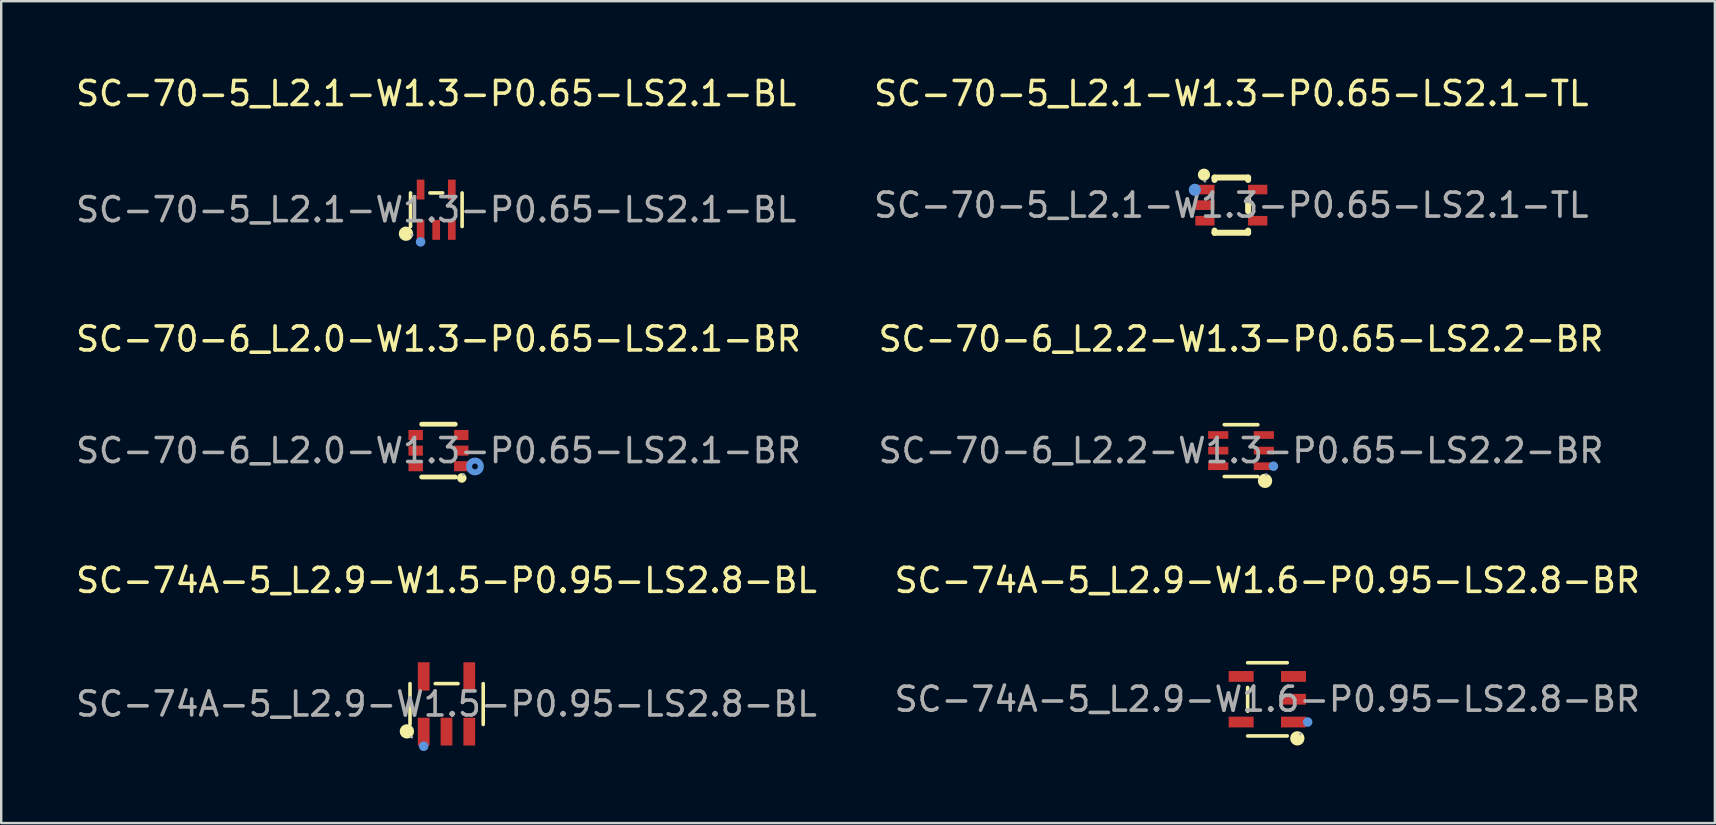
<source format=kicad_pcb>
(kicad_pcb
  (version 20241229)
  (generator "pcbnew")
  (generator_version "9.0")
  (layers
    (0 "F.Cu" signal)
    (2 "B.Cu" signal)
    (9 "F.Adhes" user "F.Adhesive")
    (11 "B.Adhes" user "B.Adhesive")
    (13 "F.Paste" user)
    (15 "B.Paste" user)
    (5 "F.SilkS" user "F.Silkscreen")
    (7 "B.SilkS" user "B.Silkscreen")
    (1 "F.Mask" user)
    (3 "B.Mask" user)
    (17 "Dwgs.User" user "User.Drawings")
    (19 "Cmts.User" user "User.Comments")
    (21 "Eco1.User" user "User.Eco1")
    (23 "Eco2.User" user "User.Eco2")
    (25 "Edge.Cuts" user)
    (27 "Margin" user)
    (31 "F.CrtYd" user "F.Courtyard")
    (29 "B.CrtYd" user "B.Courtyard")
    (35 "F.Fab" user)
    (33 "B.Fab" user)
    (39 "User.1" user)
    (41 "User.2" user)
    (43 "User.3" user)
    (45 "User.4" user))
  (footprint "SC-70-6_L2.2-W1.3-P0.65-LS2.2-BR"
    (layer "F.Cu")
    (at 48.661 15.726)
    (property "Reference" "SC-70-6_L2.2-W1.3-P0.65-LS2.2-BR" (at 0 -4.65 0) (layer "F.SilkS") (effects (font (size 1 1) (thickness 0.15))))
    (attr through_hole)
    (fp_line (start 0.7 -1.08) (end -0.7 -1.08) (stroke (width 0.15) (type solid)) (layer "F.SilkS"))
    (fp_line (start 0.7 1.08) (end -0.7 1.08) (stroke (width 0.15) (type solid)) (layer "F.SilkS"))
    (fp_circle (center 1 1.26) (end 1.15 1.26) (stroke (width 0.3) (type solid)) (fill no) (layer "F.SilkS"))
    (fp_circle (center 1.35 0.65) (end 1.45 0.65) (stroke (width 0.2) (type solid)) (fill no) (layer "Cmts.User"))
    (fp_circle (center 1.05 1) (end 1.08 1) (stroke (width 0.06) (type solid)) (fill no) (layer "F.Fab"))
    (fp_text user "${REFERENCE}" (at 0 0 0) (layer "F.Fab") (effects (font (size 1 1) (thickness 0.15))))
    (pad "1" smd rect (at 0.95 0.65) (size 0.84 0.32) (layers "F.Cu" "F.Mask" "F.Paste"))
    (pad "2" smd rect (at 0.95 0) (size 0.84 0.32) (layers "F.Cu" "F.Mask" "F.Paste"))
    (pad "3" smd rect (at 0.95 -0.65) (size 0.84 0.32) (layers "F.Cu" "F.Mask" "F.Paste"))
    (pad "4" smd rect (at -0.95 -0.65) (size 0.84 0.32) (layers "F.Cu" "F.Mask" "F.Paste"))
    (pad "5" smd rect (at -0.95 0) (size 0.84 0.32) (layers "F.Cu" "F.Mask" "F.Paste"))
    (pad "6" smd rect (at -0.95 0.65) (size 0.84 0.32) (layers "F.Cu" "F.Mask" "F.Paste")))
  (footprint "SC-70-5_L2.1-W1.3-P0.65-LS2.1-TL"
    (layer "F.Cu")
    (at 48.256 5.498)
    (property "Reference" "SC-70-5_L2.1-W1.3-P0.65-LS2.1-TL" (at 0 -4.65 0) (layer "F.SilkS") (effects (font (size 1 1) (thickness 0.15))))
    (attr through_hole)
    (fp_line (start -0.7 -1.15) (end -0.7 -1.05) (stroke (width 0.25) (type solid)) (layer "F.SilkS"))
    (fp_line (start -0.7 1.06) (end -0.7 1.15) (stroke (width 0.25) (type solid)) (layer "F.SilkS"))
    (fp_line (start 0.7 -1.15) (end -0.7 -1.15) (stroke (width 0.25) (type solid)) (layer "F.SilkS"))
    (fp_line (start 0.7 -1.15) (end 0.7 -1.05) (stroke (width 0.25) (type solid)) (layer "F.SilkS"))
    (fp_line (start 0.7 -0.24) (end 0.7 0.25) (stroke (width 0.25) (type solid)) (layer "F.SilkS"))
    (fp_line (start 0.7 1.06) (end 0.7 1.15) (stroke (width 0.25) (type solid)) (layer "F.SilkS"))
    (fp_line (start 0.7 1.15) (end -0.7 1.15) (stroke (width 0.25) (type solid)) (layer "F.SilkS"))
    (fp_circle (center -1.14 -1.27) (end -1.01 -1.27) (stroke (width 0.25) (type solid)) (fill no) (layer "F.SilkS"))
    (fp_circle (center -1.52 -0.64) (end -1.39 -0.64) (stroke (width 0.25) (type solid)) (fill no) (layer "Cmts.User"))
    (fp_circle (center -1.1 -1) (end -1.07 -1) (stroke (width 0.06) (type solid)) (fill no) (layer "F.Fab"))
    (fp_text user "${REFERENCE}" (at 0 0 0) (layer "F.Fab") (effects (font (size 1 1) (thickness 0.15))))
    (pad "1" smd rect (at -1.1 -0.65 270) (size 0.4 0.8) (layers "F.Cu" "F.Mask" "F.Paste"))
    (pad "2" smd rect (at -1.1 0 270) (size 0.4 0.8) (layers "F.Cu" "F.Mask" "F.Paste"))
    (pad "3" smd rect (at -1.1 0.65 270) (size 0.4 0.8) (layers "F.Cu" "F.Mask" "F.Paste"))
    (pad "4" smd rect (at 1.1 0.65 270) (size 0.4 0.8) (layers "F.Cu" "F.Mask" "F.Paste"))
    (pad "5" smd rect (at 1.1 -0.65 270) (size 0.4 0.8) (layers "F.Cu" "F.Mask" "F.Paste")))
  (footprint "SC-74A-5_L2.9-W1.6-P0.95-LS2.8-BR"
    (layer "F.Cu")
    (at 49.756 26.085)
    (property "Reference" "SC-74A-5_L2.9-W1.6-P0.95-LS2.8-BR" (at 0 -4.95 0) (layer "F.SilkS") (effects (font (size 1 1) (thickness 0.15))))
    (attr through_hole)
    (fp_line (start -0.82 -0.49) (end -0.82 0.5) (stroke (width 0.15) (type solid)) (layer "F.SilkS"))
    (fp_line (start 0.83 -1.52) (end -0.82 -1.52) (stroke (width 0.15) (type solid)) (layer "F.SilkS"))
    (fp_line (start 0.83 1.53) (end -0.82 1.53) (stroke (width 0.15) (type solid)) (layer "F.SilkS"))
    (fp_circle (center 1.25 1.63) (end 1.4 1.63) (stroke (width 0.3) (type solid)) (fill no) (layer "F.SilkS"))
    (fp_circle (center 1.68 0.95) (end 1.78 0.95) (stroke (width 0.2) (type solid)) (fill no) (layer "Cmts.User"))
    (fp_circle (center 1.37 1.45) (end 1.4 1.45) (stroke (width 0.06) (type solid)) (fill no) (layer "F.Fab"))
    (fp_text user "${REFERENCE}" (at 0 0 0) (layer "F.Fab") (effects (font (size 1 1) (thickness 0.15))))
    (pad "1" smd rect (at 1.09 0.95 270) (size 0.45 1.04) (layers "F.Cu" "F.Mask" "F.Paste"))
    (pad "2" smd rect (at 1.09 0 270) (size 0.45 1.04) (layers "F.Cu" "F.Mask" "F.Paste"))
    (pad "3" smd rect (at 1.09 -0.95 270) (size 0.45 1.04) (layers "F.Cu" "F.Mask" "F.Paste"))
    (pad "4" smd rect (at -1.09 -0.95 270) (size 0.45 1.04) (layers "F.Cu" "F.Mask" "F.Paste"))
    (pad "5" smd rect (at -1.09 0.95 270) (size 0.45 1.04) (layers "F.Cu" "F.Mask" "F.Paste")))
  (footprint "SC-70-5_L2.1-W1.3-P0.65-LS2.1-BL"
    (layer "F.Cu")
    (at 15.125 5.688)
    (property "Reference" "SC-70-5_L2.1-W1.3-P0.65-LS2.1-BL" (at 0 -4.84 0) (layer "F.SilkS") (effects (font (size 1 1) (thickness 0.15))))
    (attr through_hole)
    (fp_line (start -1.07 0.7) (end -1.07 -0.7) (stroke (width 0.15) (type solid)) (layer "F.SilkS"))
    (fp_line (start 0.27 -0.7) (end -0.26 -0.7) (stroke (width 0.15) (type solid)) (layer "F.SilkS"))
    (fp_line (start 1.08 0.7) (end 1.08 -0.7) (stroke (width 0.15) (type solid)) (layer "F.SilkS"))
    (fp_circle (center -1.26 1) (end -1.11 1) (stroke (width 0.3) (type solid)) (fill no) (layer "F.SilkS"))
    (fp_circle (center -0.65 1.34) (end -0.55 1.34) (stroke (width 0.2) (type solid)) (fill no) (layer "Cmts.User"))
    (fp_circle (center -1 1.05) (end -0.97 1.05) (stroke (width 0.06) (type solid)) (fill no) (layer "F.Fab"))
    (fp_text user "${REFERENCE}" (at 0 0 0) (layer "F.Fab") (effects (font (size 1 1) (thickness 0.15))))
    (pad "1" smd rect (at -0.65 0.84) (size 0.32 0.83) (layers "F.Cu" "F.Mask" "F.Paste"))
    (pad "2" smd rect (at 0 0.84) (size 0.32 0.83) (layers "F.Cu" "F.Mask" "F.Paste"))
    (pad "3" smd rect (at 0.65 0.84) (size 0.32 0.83) (layers "F.Cu" "F.Mask" "F.Paste"))
    (pad "4" smd rect (at 0.65 -0.84) (size 0.32 0.83) (layers "F.Cu" "F.Mask" "F.Paste"))
    (pad "5" smd rect (at -0.65 -0.84) (size 0.32 0.83) (layers "F.Cu" "F.Mask" "F.Paste")))
  (footprint "SC-74A-5_L2.9-W1.5-P0.95-LS2.8-BL"
    (layer "F.Cu")
    (at 15.554 26.285)
    (property "Reference" "SC-74A-5_L2.9-W1.5-P0.95-LS2.8-BL" (at 0 -5.15 0) (layer "F.SilkS") (effects (font (size 1 1) (thickness 0.15))))
    (attr through_hole)
    (fp_line (start -1.52 0.85) (end -1.52 -0.85) (stroke (width 0.15) (type solid)) (layer "F.SilkS"))
    (fp_line (start 0.48 -0.85) (end -0.47 -0.85) (stroke (width 0.15) (type solid)) (layer "F.SilkS"))
    (fp_line (start 1.53 0.85) (end 1.53 -0.85) (stroke (width 0.15) (type solid)) (layer "F.SilkS"))
    (fp_circle (center -1.65 1.14) (end -1.5 1.14) (stroke (width 0.3) (type solid)) (fill no) (layer "F.SilkS"))
    (fp_circle (center -0.95 1.76) (end -0.85 1.76) (stroke (width 0.2) (type solid)) (fill no) (layer "Cmts.User"))
    (fp_circle (center -1.45 1.38) (end -1.42 1.38) (stroke (width 0.06) (type solid)) (fill no) (layer "F.Fab"))
    (fp_text user "${REFERENCE}" (at 0 0 0) (layer "F.Fab") (effects (font (size 1 1) (thickness 0.15))))
    (pad "1" smd rect (at -0.95 1.15) (size 0.49 1.16) (layers "F.Cu" "F.Mask" "F.Paste"))
    (pad "2" smd rect (at 0 1.15) (size 0.49 1.16) (layers "F.Cu" "F.Mask" "F.Paste"))
    (pad "3" smd rect (at 0.95 1.15) (size 0.49 1.16) (layers "F.Cu" "F.Mask" "F.Paste"))
    (pad "4" smd rect (at 0.95 -1.15) (size 0.49 1.18) (layers "F.Cu" "F.Mask" "F.Paste"))
    (pad "5" smd rect (at -0.95 -1.15) (size 0.49 1.18) (layers "F.Cu" "F.Mask" "F.Paste")))
  (footprint "SC-70-6_L2.0-W1.3-P0.65-LS2.1-BR"
    (layer "F.Cu")
    (at 15.22 15.726)
    (property "Reference" "SC-70-6_L2.0-W1.3-P0.65-LS2.1-BR" (at 0 -4.65 0) (layer "F.SilkS") (effects (font (size 1 1) (thickness 0.15))))
    (attr through_hole)
    (fp_line (start -0.7 -1.1) (end 0.7 -1.1) (stroke (width 0.2) (type solid)) (layer "F.SilkS"))
    (fp_line (start -0.7 1.1) (end 0.7 1.1) (stroke (width 0.2) (type solid)) (layer "F.SilkS"))
    (fp_arc (start 0.97 1.14) (mid 0.97 1.14) (end 0.97 1.14) (stroke (width 0.2) (type solid)) (layer "F.SilkS"))
    (fp_circle (center 1.52 0.66) (end 1.64 0.66) (stroke (width 0.25) (type solid)) (fill no) (layer "Cmts.User"))
    (fp_circle (center 1.05 1) (end 1.08 1) (stroke (width 0.06) (type solid)) (fill no) (layer "F.Fab"))
    (fp_text user "${REFERENCE}" (at 0 0 0) (layer "F.Fab") (effects (font (size 1 1) (thickness 0.15))))
    (pad "1" smd rect (at 0.95 0.65 90) (size 0.42 0.6) (layers "F.Cu" "F.Mask" "F.Paste"))
    (pad "2" smd rect (at 0.95 0 90) (size 0.42 0.6) (layers "F.Cu" "F.Mask" "F.Paste"))
    (pad "3" smd rect (at 0.95 -0.65 90) (size 0.42 0.6) (layers "F.Cu" "F.Mask" "F.Paste"))
    (pad "4" smd rect (at -0.95 -0.65 270) (size 0.42 0.6) (layers "F.Cu" "F.Mask" "F.Paste"))
    (pad "5" smd rect (at -0.95 0 270) (size 0.42 0.6) (layers "F.Cu" "F.Mask" "F.Paste"))
    (pad "6" smd rect (at -0.95 0.65 270) (size 0.42 0.6) (layers "F.Cu" "F.Mask" "F.Paste")))
  (gr_rect
    (start -3 -3)
    (end 68.405 31.245)
    (stroke (width 0.1) (type default))
    (fill no)
    (layer "Edge.Cuts")))
</source>
